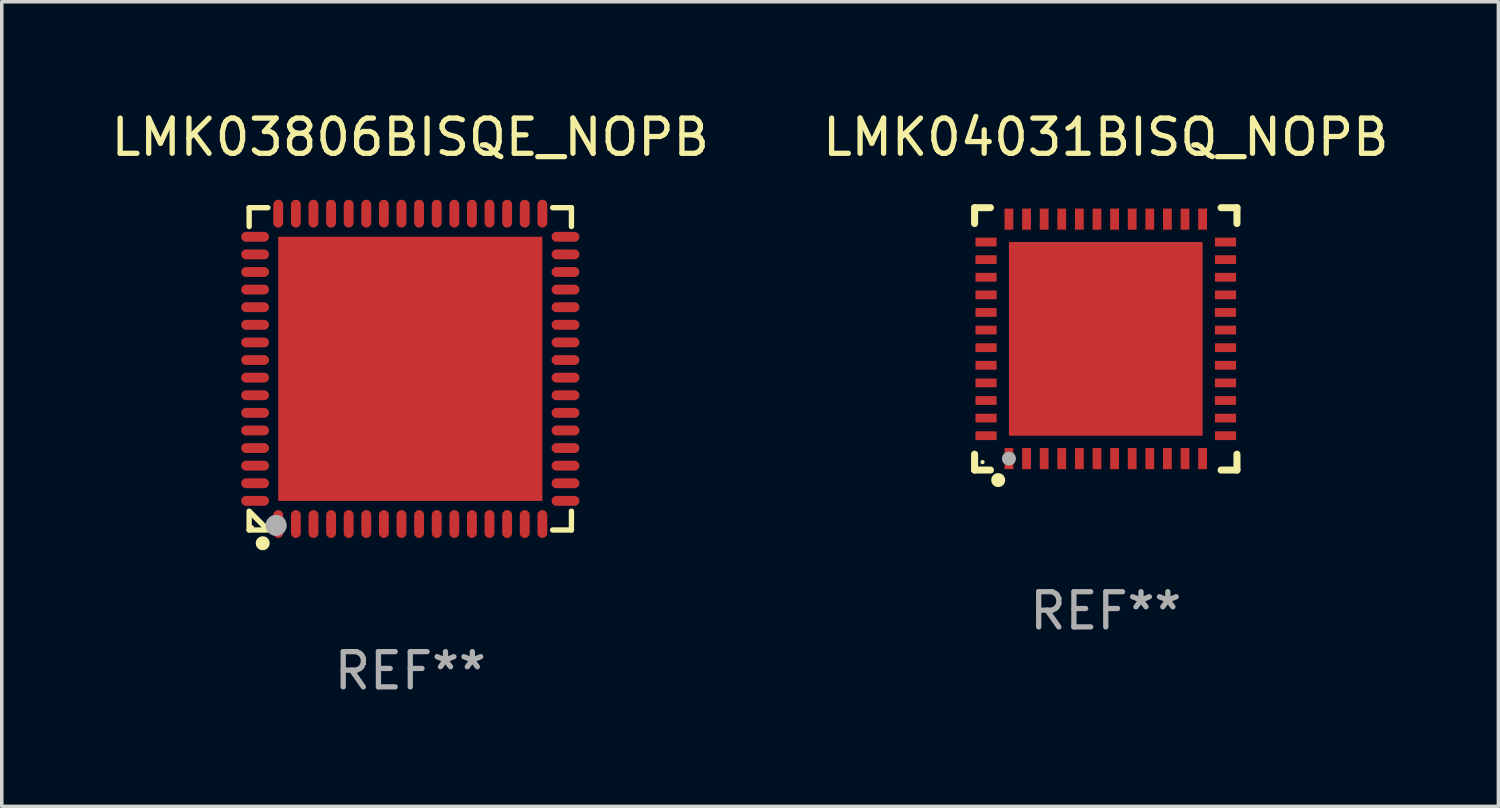
<source format=kicad_pcb>
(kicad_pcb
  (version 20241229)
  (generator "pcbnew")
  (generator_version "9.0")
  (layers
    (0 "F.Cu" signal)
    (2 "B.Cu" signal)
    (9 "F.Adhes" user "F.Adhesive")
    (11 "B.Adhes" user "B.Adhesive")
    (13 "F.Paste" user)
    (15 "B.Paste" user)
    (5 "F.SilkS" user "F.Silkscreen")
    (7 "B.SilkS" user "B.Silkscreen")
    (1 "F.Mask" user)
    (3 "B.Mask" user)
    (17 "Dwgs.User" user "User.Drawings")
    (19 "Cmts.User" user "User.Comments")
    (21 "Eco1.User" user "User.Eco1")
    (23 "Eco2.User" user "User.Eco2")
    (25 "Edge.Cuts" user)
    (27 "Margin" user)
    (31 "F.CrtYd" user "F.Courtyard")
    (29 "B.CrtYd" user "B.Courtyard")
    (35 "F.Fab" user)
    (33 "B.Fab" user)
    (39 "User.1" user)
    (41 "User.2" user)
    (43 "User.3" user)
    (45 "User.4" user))
  (footprint "LMK04031BISQ_NOPB"
    (layer "F.Cu")
    (at 28.351 6.573)
    (property "Reference" "LMK04031BISQ_NOPB" (at 0 -5.725 0) (layer "F.SilkS") (effects (font (size 1 1) (thickness 0.15))))
    (attr through_hole)
    (fp_line (start -3.725 -3.725) (end -3.275 -3.725) (stroke (width 0.2) (type solid)) (layer "F.SilkS"))
    (fp_line (start -3.725 -3.275) (end -3.725 -3.725) (stroke (width 0.2) (type solid)) (layer "F.SilkS"))
    (fp_line (start -3.725 3.725) (end -3.725 3.275) (stroke (width 0.2) (type solid)) (layer "F.SilkS"))
    (fp_line (start -3.275 3.725) (end -3.725 3.725) (stroke (width 0.2) (type solid)) (layer "F.SilkS"))
    (fp_line (start 3.275 3.725) (end 3.725 3.725) (stroke (width 0.2) (type solid)) (layer "F.SilkS"))
    (fp_line (start 3.725 -3.725) (end 3.275 -3.725) (stroke (width 0.2) (type solid)) (layer "F.SilkS"))
    (fp_line (start 3.725 -3.275) (end 3.725 -3.725) (stroke (width 0.2) (type solid)) (layer "F.SilkS"))
    (fp_line (start 3.725 3.725) (end 3.725 3.275) (stroke (width 0.2) (type solid)) (layer "F.SilkS"))
    (fp_circle (center -3.5 3.5) (end -3.47 3.5) (stroke (width 0.06) (type solid)) (fill no) (layer "F.SilkS"))
    (fp_circle (center -3.055 4.01) (end -2.955 4.01) (stroke (width 0.2) (type solid)) (fill no) (layer "F.SilkS"))
    (fp_circle (center -2.75 3.4) (end -2.65 3.4) (stroke (width 0.2) (type solid)) (fill no) (layer "F.Fab"))
    (fp_text user "REF**" (at 0 7.725 0) (layer "F.Fab") (effects (font (size 1 1) (thickness 0.15))))
    (pad "1" smd rect (at -2.75 3.4 180) (size 0.25 0.6) (layers "F.Cu" "F.Mask" "F.Paste"))
    (pad "2" smd rect (at -2.25 3.4 180) (size 0.25 0.6) (layers "F.Cu" "F.Mask" "F.Paste"))
    (pad "3" smd rect (at -1.75 3.4 180) (size 0.25 0.6) (layers "F.Cu" "F.Mask" "F.Paste"))
    (pad "4" smd rect (at -1.25 3.4 180) (size 0.25 0.6) (layers "F.Cu" "F.Mask" "F.Paste"))
    (pad "5" smd rect (at -0.75 3.4 180) (size 0.25 0.6) (layers "F.Cu" "F.Mask" "F.Paste"))
    (pad "6" smd rect (at -0.25 3.4 180) (size 0.25 0.6) (layers "F.Cu" "F.Mask" "F.Paste"))
    (pad "7" smd rect (at 0.25 3.4 180) (size 0.25 0.6) (layers "F.Cu" "F.Mask" "F.Paste"))
    (pad "8" smd rect (at 0.75 3.4 180) (size 0.25 0.6) (layers "F.Cu" "F.Mask" "F.Paste"))
    (pad "9" smd rect (at 1.25 3.4 180) (size 0.25 0.6) (layers "F.Cu" "F.Mask" "F.Paste"))
    (pad "10" smd rect (at 1.75 3.4 180) (size 0.25 0.6) (layers "F.Cu" "F.Mask" "F.Paste"))
    (pad "11" smd rect (at 2.25 3.4 180) (size 0.25 0.6) (layers "F.Cu" "F.Mask" "F.Paste"))
    (pad "12" smd rect (at 2.75 3.4 180) (size 0.25 0.6) (layers "F.Cu" "F.Mask" "F.Paste"))
    (pad "13" smd rect (at 3.4 2.75 90) (size 0.25 0.6) (layers "F.Cu" "F.Mask" "F.Paste"))
    (pad "14" smd rect (at 3.4 2.25 90) (size 0.25 0.6) (layers "F.Cu" "F.Mask" "F.Paste"))
    (pad "15" smd rect (at 3.4 1.75 90) (size 0.25 0.6) (layers "F.Cu" "F.Mask" "F.Paste"))
    (pad "16" smd rect (at 3.4 1.25 90) (size 0.25 0.6) (layers "F.Cu" "F.Mask" "F.Paste"))
    (pad "17" smd rect (at 3.4 0.75 90) (size 0.25 0.6) (layers "F.Cu" "F.Mask" "F.Paste"))
    (pad "18" smd rect (at 3.4 0.25 90) (size 0.25 0.6) (layers "F.Cu" "F.Mask" "F.Paste"))
    (pad "19" smd rect (at 3.4 -0.25 90) (size 0.25 0.6) (layers "F.Cu" "F.Mask" "F.Paste"))
    (pad "20" smd rect (at 3.4 -0.75 90) (size 0.25 0.6) (layers "F.Cu" "F.Mask" "F.Paste"))
    (pad "21" smd rect (at 3.4 -1.25 90) (size 0.25 0.6) (layers "F.Cu" "F.Mask" "F.Paste"))
    (pad "22" smd rect (at 3.4 -1.75 90) (size 0.25 0.6) (layers "F.Cu" "F.Mask" "F.Paste"))
    (pad "23" smd rect (at 3.4 -2.25 90) (size 0.25 0.6) (layers "F.Cu" "F.Mask" "F.Paste"))
    (pad "24" smd rect (at 3.4 -2.75 90) (size 0.25 0.6) (layers "F.Cu" "F.Mask" "F.Paste"))
    (pad "25" smd rect (at 2.75 -3.4 180) (size 0.25 0.6) (layers "F.Cu" "F.Mask" "F.Paste"))
    (pad "26" smd rect (at 2.25 -3.4 180) (size 0.25 0.6) (layers "F.Cu" "F.Mask" "F.Paste"))
    (pad "27" smd rect (at 1.75 -3.4 180) (size 0.25 0.6) (layers "F.Cu" "F.Mask" "F.Paste"))
    (pad "28" smd rect (at 1.25 -3.4 180) (size 0.25 0.6) (layers "F.Cu" "F.Mask" "F.Paste"))
    (pad "29" smd rect (at 0.75 -3.4 180) (size 0.25 0.6) (layers "F.Cu" "F.Mask" "F.Paste"))
    (pad "30" smd rect (at 0.25 -3.4 180) (size 0.25 0.6) (layers "F.Cu" "F.Mask" "F.Paste"))
    (pad "31" smd rect (at -0.25 -3.4 180) (size 0.25 0.6) (layers "F.Cu" "F.Mask" "F.Paste"))
    (pad "32" smd rect (at -0.75 -3.4 180) (size 0.25 0.6) (layers "F.Cu" "F.Mask" "F.Paste"))
    (pad "33" smd rect (at -1.25 -3.4 180) (size 0.25 0.6) (layers "F.Cu" "F.Mask" "F.Paste"))
    (pad "34" smd rect (at -1.75 -3.4 180) (size 0.25 0.6) (layers "F.Cu" "F.Mask" "F.Paste"))
    (pad "35" smd rect (at -2.25 -3.4 180) (size 0.25 0.6) (layers "F.Cu" "F.Mask" "F.Paste"))
    (pad "36" smd rect (at -2.75 -3.4 180) (size 0.25 0.6) (layers "F.Cu" "F.Mask" "F.Paste"))
    (pad "37" smd rect (at -3.4 -2.75 90) (size 0.25 0.6) (layers "F.Cu" "F.Mask" "F.Paste"))
    (pad "38" smd rect (at -3.4 -2.25 90) (size 0.25 0.6) (layers "F.Cu" "F.Mask" "F.Paste"))
    (pad "39" smd rect (at -3.4 -1.75 90) (size 0.25 0.6) (layers "F.Cu" "F.Mask" "F.Paste"))
    (pad "40" smd rect (at -3.4 -1.25 90) (size 0.25 0.6) (layers "F.Cu" "F.Mask" "F.Paste"))
    (pad "41" smd rect (at -3.4 -0.75 90) (size 0.25 0.6) (layers "F.Cu" "F.Mask" "F.Paste"))
    (pad "42" smd rect (at -3.4 -0.25 90) (size 0.25 0.6) (layers "F.Cu" "F.Mask" "F.Paste"))
    (pad "43" smd rect (at -3.4 0.25 90) (size 0.25 0.6) (layers "F.Cu" "F.Mask" "F.Paste"))
    (pad "44" smd rect (at -3.4 0.75 90) (size 0.25 0.6) (layers "F.Cu" "F.Mask" "F.Paste"))
    (pad "45" smd rect (at -3.4 1.25 90) (size 0.25 0.6) (layers "F.Cu" "F.Mask" "F.Paste"))
    (pad "46" smd rect (at -3.4 1.75 90) (size 0.25 0.6) (layers "F.Cu" "F.Mask" "F.Paste"))
    (pad "47" smd rect (at -3.4 2.25 90) (size 0.25 0.6) (layers "F.Cu" "F.Mask" "F.Paste"))
    (pad "48" smd rect (at -3.4 2.75 90) (size 0.25 0.6) (layers "F.Cu" "F.Mask" "F.Paste"))
    (pad "49" smd rect (at -0.000076 -0.000076 90) (size 5.5 5.5) (layers "F.Cu" "F.Mask" "F.Paste")))
  (footprint "LMK03806BISQE_NOPB"
    (layer "F.Cu")
    (at 8.601 7.424)
    (property "Reference" "LMK03806BISQE_NOPB" (at 0 -6.576 0) (layer "F.SilkS") (effects (font (size 1 1) (thickness 0.15))))
    (attr through_hole)
    (fp_line (start -4.576 -4.576) (end -4.576 -4.042) (stroke (width 0.152) (type solid)) (layer "F.SilkS"))
    (fp_line (start -4.576 4.576) (end -4.576 4.042) (stroke (width 0.152) (type solid)) (layer "F.SilkS"))
    (fp_line (start -4.069 4.549) (end -4.549 4.069) (stroke (width 0.152) (type solid)) (layer "F.SilkS"))
    (fp_line (start -4.042 -4.576) (end -4.576 -4.576) (stroke (width 0.152) (type solid)) (layer "F.SilkS"))
    (fp_line (start -4.042 4.576) (end -4.576 4.576) (stroke (width 0.152) (type solid)) (layer "F.SilkS"))
    (fp_line (start 4.042 -4.576) (end 4.576 -4.576) (stroke (width 0.152) (type solid)) (layer "F.SilkS"))
    (fp_line (start 4.042 4.576) (end 4.576 4.576) (stroke (width 0.152) (type solid)) (layer "F.SilkS"))
    (fp_line (start 4.576 -4.576) (end 4.576 -4.042) (stroke (width 0.152) (type solid)) (layer "F.SilkS"))
    (fp_line (start 4.576 4.576) (end 4.576 4.042) (stroke (width 0.152) (type solid)) (layer "F.SilkS"))
    (fp_circle (center -4.5 4.5) (end -4.47 4.5) (stroke (width 0.06) (type solid)) (fill no) (layer "F.SilkS"))
    (fp_circle (center -4.191 4.953) (end -4.091 4.953) (stroke (width 0.2) (type solid)) (fill no) (layer "F.SilkS"))
    (fp_circle (center -3.81 4.445) (end -3.66 4.445) (stroke (width 0.3) (type solid)) (fill no) (layer "F.Fab"))
    (fp_text user "REF**" (at 0 8.576 0) (layer "F.Fab") (effects (font (size 1 1) (thickness 0.15))))
    (pad "1" smd oval (at -3.75 4.407) (size 0.28 0.79) (layers "F.Cu" "F.Mask" "F.Paste"))
    (pad "2" smd oval (at -3.25 4.407) (size 0.28 0.79) (layers "F.Cu" "F.Mask" "F.Paste"))
    (pad "3" smd oval (at -2.75 4.407) (size 0.28 0.79) (layers "F.Cu" "F.Mask" "F.Paste"))
    (pad "4" smd oval (at -2.25 4.407) (size 0.28 0.79) (layers "F.Cu" "F.Mask" "F.Paste"))
    (pad "5" smd oval (at -1.75 4.407) (size 0.28 0.79) (layers "F.Cu" "F.Mask" "F.Paste"))
    (pad "6" smd oval (at -1.25 4.407) (size 0.28 0.79) (layers "F.Cu" "F.Mask" "F.Paste"))
    (pad "7" smd oval (at -0.75 4.407) (size 0.28 0.79) (layers "F.Cu" "F.Mask" "F.Paste"))
    (pad "8" smd oval (at -0.25 4.407) (size 0.28 0.79) (layers "F.Cu" "F.Mask" "F.Paste"))
    (pad "9" smd oval (at 0.25 4.407) (size 0.28 0.79) (layers "F.Cu" "F.Mask" "F.Paste"))
    (pad "10" smd oval (at 0.75 4.407) (size 0.28 0.79) (layers "F.Cu" "F.Mask" "F.Paste"))
    (pad "11" smd oval (at 1.25 4.407) (size 0.28 0.79) (layers "F.Cu" "F.Mask" "F.Paste"))
    (pad "12" smd oval (at 1.75 4.407) (size 0.28 0.79) (layers "F.Cu" "F.Mask" "F.Paste"))
    (pad "13" smd oval (at 2.25 4.407) (size 0.28 0.79) (layers "F.Cu" "F.Mask" "F.Paste"))
    (pad "14" smd oval (at 2.75 4.407) (size 0.28 0.79) (layers "F.Cu" "F.Mask" "F.Paste"))
    (pad "15" smd oval (at 3.25 4.407) (size 0.28 0.79) (layers "F.Cu" "F.Mask" "F.Paste"))
    (pad "16" smd oval (at 3.75 4.407) (size 0.28 0.79) (layers "F.Cu" "F.Mask" "F.Paste"))
    (pad "17" smd oval (at 4.407 3.75) (size 0.79 0.28) (layers "F.Cu" "F.Mask" "F.Paste"))
    (pad "18" smd oval (at 4.407 3.25) (size 0.79 0.28) (layers "F.Cu" "F.Mask" "F.Paste"))
    (pad "19" smd oval (at 4.407 2.75) (size 0.79 0.28) (layers "F.Cu" "F.Mask" "F.Paste"))
    (pad "20" smd oval (at 4.407 2.25) (size 0.79 0.28) (layers "F.Cu" "F.Mask" "F.Paste"))
    (pad "21" smd oval (at 4.407 1.75) (size 0.79 0.28) (layers "F.Cu" "F.Mask" "F.Paste"))
    (pad "22" smd oval (at 4.407 1.25) (size 0.79 0.28) (layers "F.Cu" "F.Mask" "F.Paste"))
    (pad "23" smd oval (at 4.407 0.75) (size 0.79 0.28) (layers "F.Cu" "F.Mask" "F.Paste"))
    (pad "24" smd oval (at 4.407 0.25) (size 0.79 0.28) (layers "F.Cu" "F.Mask" "F.Paste"))
    (pad "25" smd oval (at 4.407 -0.25) (size 0.79 0.28) (layers "F.Cu" "F.Mask" "F.Paste"))
    (pad "26" smd oval (at 4.407 -0.75) (size 0.79 0.28) (layers "F.Cu" "F.Mask" "F.Paste"))
    (pad "27" smd oval (at 4.407 -1.25) (size 0.79 0.28) (layers "F.Cu" "F.Mask" "F.Paste"))
    (pad "28" smd oval (at 4.407 -1.75) (size 0.79 0.28) (layers "F.Cu" "F.Mask" "F.Paste"))
    (pad "29" smd oval (at 4.407 -2.25) (size 0.79 0.28) (layers "F.Cu" "F.Mask" "F.Paste"))
    (pad "30" smd oval (at 4.407 -2.75) (size 0.79 0.28) (layers "F.Cu" "F.Mask" "F.Paste"))
    (pad "31" smd oval (at 4.407 -3.25) (size 0.79 0.28) (layers "F.Cu" "F.Mask" "F.Paste"))
    (pad "32" smd oval (at 4.407 -3.75) (size 0.79 0.28) (layers "F.Cu" "F.Mask" "F.Paste"))
    (pad "33" smd oval (at 3.75 -4.407) (size 0.28 0.79) (layers "F.Cu" "F.Mask" "F.Paste"))
    (pad "34" smd oval (at 3.25 -4.407) (size 0.28 0.79) (layers "F.Cu" "F.Mask" "F.Paste"))
    (pad "35" smd oval (at 2.75 -4.407) (size 0.28 0.79) (layers "F.Cu" "F.Mask" "F.Paste"))
    (pad "36" smd oval (at 2.25 -4.407) (size 0.28 0.79) (layers "F.Cu" "F.Mask" "F.Paste"))
    (pad "37" smd oval (at 1.75 -4.407) (size 0.28 0.79) (layers "F.Cu" "F.Mask" "F.Paste"))
    (pad "38" smd oval (at 1.25 -4.407) (size 0.28 0.79) (layers "F.Cu" "F.Mask" "F.Paste"))
    (pad "39" smd oval (at 0.75 -4.407) (size 0.28 0.79) (layers "F.Cu" "F.Mask" "F.Paste"))
    (pad "40" smd oval (at 0.25 -4.407) (size 0.28 0.79) (layers "F.Cu" "F.Mask" "F.Paste"))
    (pad "41" smd oval (at -0.25 -4.407) (size 0.28 0.79) (layers "F.Cu" "F.Mask" "F.Paste"))
    (pad "42" smd oval (at -0.75 -4.407) (size 0.28 0.79) (layers "F.Cu" "F.Mask" "F.Paste"))
    (pad "43" smd oval (at -1.25 -4.407) (size 0.28 0.79) (layers "F.Cu" "F.Mask" "F.Paste"))
    (pad "44" smd oval (at -1.75 -4.407) (size 0.28 0.79) (layers "F.Cu" "F.Mask" "F.Paste"))
    (pad "45" smd oval (at -2.25 -4.407) (size 0.28 0.79) (layers "F.Cu" "F.Mask" "F.Paste"))
    (pad "46" smd oval (at -2.75 -4.407) (size 0.28 0.79) (layers "F.Cu" "F.Mask" "F.Paste"))
    (pad "47" smd oval (at -3.25 -4.407) (size 0.28 0.79) (layers "F.Cu" "F.Mask" "F.Paste"))
    (pad "48" smd oval (at -3.75 -4.407) (size 0.28 0.79) (layers "F.Cu" "F.Mask" "F.Paste"))
    (pad "49" smd oval (at -4.407 -3.75) (size 0.79 0.28) (layers "F.Cu" "F.Mask" "F.Paste"))
    (pad "50" smd oval (at -4.407 -3.25) (size 0.79 0.28) (layers "F.Cu" "F.Mask" "F.Paste"))
    (pad "51" smd oval (at -4.407 -2.75) (size 0.79 0.28) (layers "F.Cu" "F.Mask" "F.Paste"))
    (pad "52" smd oval (at -4.407 -2.25) (size 0.79 0.28) (layers "F.Cu" "F.Mask" "F.Paste"))
    (pad "53" smd oval (at -4.407 -1.75) (size 0.79 0.28) (layers "F.Cu" "F.Mask" "F.Paste"))
    (pad "54" smd oval (at -4.407 -1.25) (size 0.79 0.28) (layers "F.Cu" "F.Mask" "F.Paste"))
    (pad "55" smd oval (at -4.407 -0.75) (size 0.79 0.28) (layers "F.Cu" "F.Mask" "F.Paste"))
    (pad "56" smd oval (at -4.407 -0.25) (size 0.79 0.28) (layers "F.Cu" "F.Mask" "F.Paste"))
    (pad "57" smd oval (at -4.407 0.25) (size 0.79 0.28) (layers "F.Cu" "F.Mask" "F.Paste"))
    (pad "58" smd oval (at -4.407 0.75) (size 0.79 0.28) (layers "F.Cu" "F.Mask" "F.Paste"))
    (pad "59" smd oval (at -4.407 1.25) (size 0.79 0.28) (layers "F.Cu" "F.Mask" "F.Paste"))
    (pad "60" smd oval (at -4.407 1.75) (size 0.79 0.28) (layers "F.Cu" "F.Mask" "F.Paste"))
    (pad "61" smd oval (at -4.407 2.25) (size 0.79 0.28) (layers "F.Cu" "F.Mask" "F.Paste"))
    (pad "62" smd oval (at -4.407 2.75) (size 0.79 0.28) (layers "F.Cu" "F.Mask" "F.Paste"))
    (pad "63" smd oval (at -4.407 3.25) (size 0.79 0.28) (layers "F.Cu" "F.Mask" "F.Paste"))
    (pad "64" smd oval (at -4.407 3.75) (size 0.79 0.28) (layers "F.Cu" "F.Mask" "F.Paste"))
    (pad "65" smd rect (at 0 0) (size 7.5 7.5) (layers "F.Cu" "F.Mask" "F.Paste")))
  (gr_rect
    (start -3 -3)
    (end 39.5 19.849)
    (stroke (width 0.1) (type default))
    (fill no)
    (layer "Edge.Cuts")))
</source>
